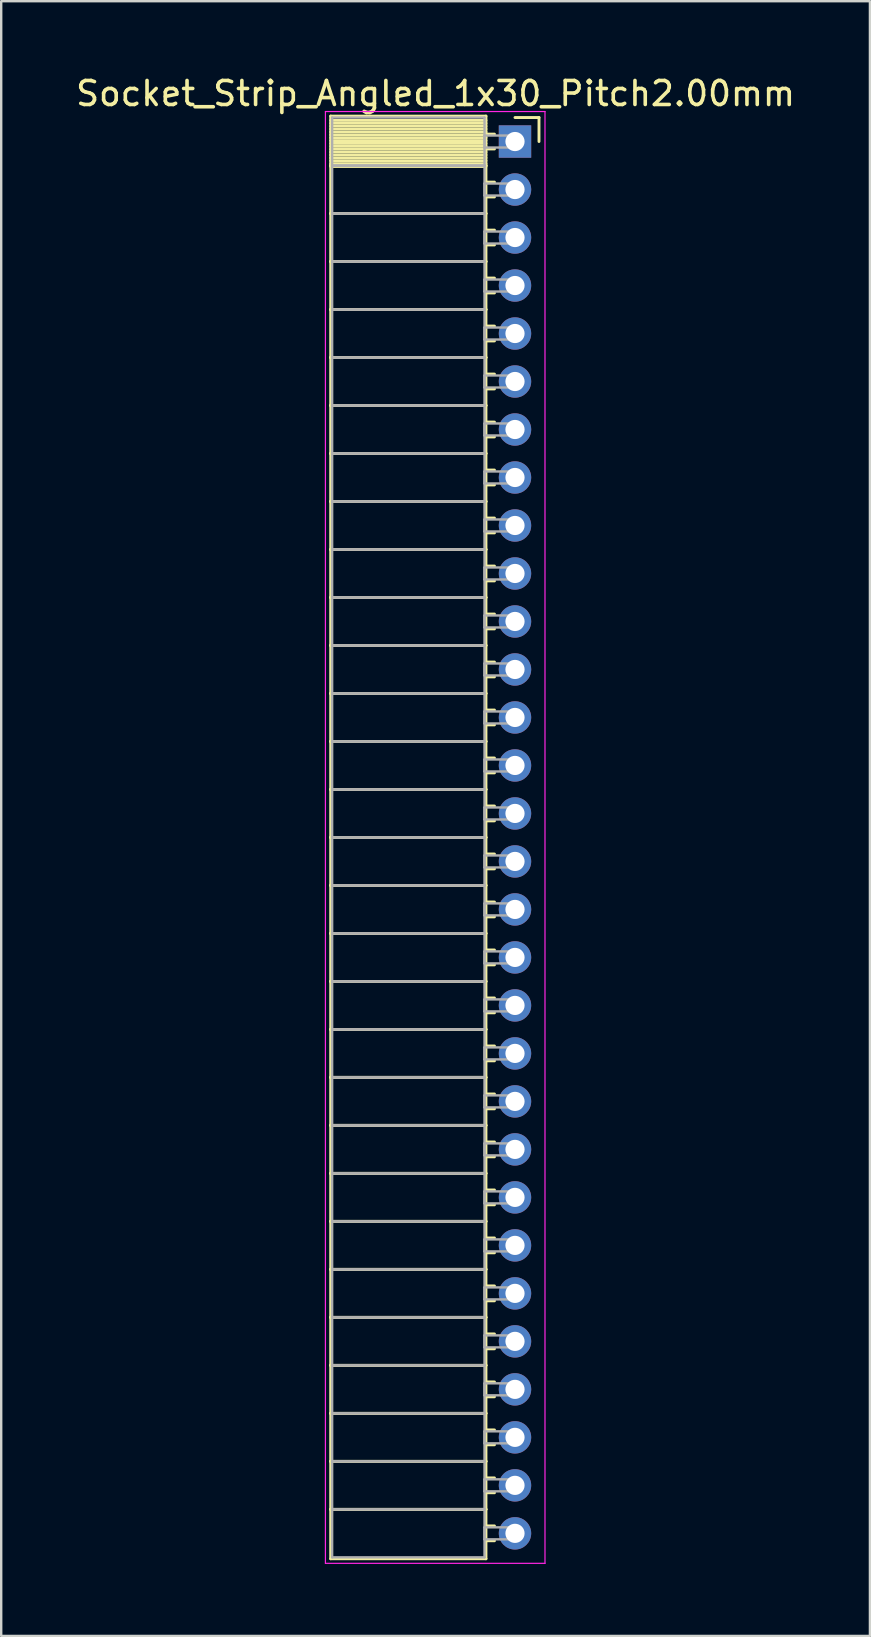
<source format=kicad_pcb>
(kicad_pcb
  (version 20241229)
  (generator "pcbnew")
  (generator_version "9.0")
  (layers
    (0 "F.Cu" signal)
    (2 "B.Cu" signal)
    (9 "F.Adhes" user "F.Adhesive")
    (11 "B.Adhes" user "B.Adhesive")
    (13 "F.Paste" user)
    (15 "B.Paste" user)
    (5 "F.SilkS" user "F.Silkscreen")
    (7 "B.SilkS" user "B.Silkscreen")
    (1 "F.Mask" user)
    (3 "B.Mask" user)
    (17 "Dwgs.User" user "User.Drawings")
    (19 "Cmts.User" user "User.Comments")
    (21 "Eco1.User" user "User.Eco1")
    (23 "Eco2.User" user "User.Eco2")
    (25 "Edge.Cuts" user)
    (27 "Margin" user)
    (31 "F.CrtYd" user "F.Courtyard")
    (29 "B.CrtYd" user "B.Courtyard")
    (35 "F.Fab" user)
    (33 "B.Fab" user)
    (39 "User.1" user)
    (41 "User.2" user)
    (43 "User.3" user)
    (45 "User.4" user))
  (footprint "Socket_Strip_Angled_1x30_Pitch2.00mm"
    (layer "F.Cu")
    (at 18.411 2.848)
    (property "Reference" "Socket_Strip_Angled_1x30_Pitch2.00mm" (at -3.31 -2 0) (layer "F.SilkS") (effects (font (size 1 1) (thickness 0.15))))
    (attr through_hole)
    (fp_line (start -7.68 -1.06) (end -1.21 -1.06) (stroke (width 0.12) (type solid)) (layer "F.SilkS"))
    (fp_line (start -7.68 1) (end -7.68 -1.06) (stroke (width 0.12) (type solid)) (layer "F.SilkS"))
    (fp_line (start -7.68 1) (end -1.21 1) (stroke (width 0.12) (type solid)) (layer "F.SilkS"))
    (fp_line (start -7.68 3) (end -7.68 1) (stroke (width 0.12) (type solid)) (layer "F.SilkS"))
    (fp_line (start -7.68 3) (end -1.21 3) (stroke (width 0.12) (type solid)) (layer "F.SilkS"))
    (fp_line (start -7.68 5) (end -7.68 3) (stroke (width 0.12) (type solid)) (layer "F.SilkS"))
    (fp_line (start -7.68 5) (end -1.21 5) (stroke (width 0.12) (type solid)) (layer "F.SilkS"))
    (fp_line (start -7.68 7) (end -7.68 5) (stroke (width 0.12) (type solid)) (layer "F.SilkS"))
    (fp_line (start -7.68 7) (end -1.21 7) (stroke (width 0.12) (type solid)) (layer "F.SilkS"))
    (fp_line (start -7.68 9) (end -7.68 7) (stroke (width 0.12) (type solid)) (layer "F.SilkS"))
    (fp_line (start -7.68 9) (end -1.21 9) (stroke (width 0.12) (type solid)) (layer "F.SilkS"))
    (fp_line (start -7.68 11) (end -7.68 9) (stroke (width 0.12) (type solid)) (layer "F.SilkS"))
    (fp_line (start -7.68 11) (end -1.21 11) (stroke (width 0.12) (type solid)) (layer "F.SilkS"))
    (fp_line (start -7.68 13) (end -7.68 11) (stroke (width 0.12) (type solid)) (layer "F.SilkS"))
    (fp_line (start -7.68 13) (end -1.21 13) (stroke (width 0.12) (type solid)) (layer "F.SilkS"))
    (fp_line (start -7.68 15) (end -7.68 13) (stroke (width 0.12) (type solid)) (layer "F.SilkS"))
    (fp_line (start -7.68 15) (end -1.21 15) (stroke (width 0.12) (type solid)) (layer "F.SilkS"))
    (fp_line (start -7.68 17) (end -7.68 15) (stroke (width 0.12) (type solid)) (layer "F.SilkS"))
    (fp_line (start -7.68 17) (end -1.21 17) (stroke (width 0.12) (type solid)) (layer "F.SilkS"))
    (fp_line (start -7.68 19) (end -7.68 17) (stroke (width 0.12) (type solid)) (layer "F.SilkS"))
    (fp_line (start -7.68 19) (end -1.21 19) (stroke (width 0.12) (type solid)) (layer "F.SilkS"))
    (fp_line (start -7.68 21) (end -7.68 19) (stroke (width 0.12) (type solid)) (layer "F.SilkS"))
    (fp_line (start -7.68 21) (end -1.21 21) (stroke (width 0.12) (type solid)) (layer "F.SilkS"))
    (fp_line (start -7.68 23) (end -7.68 21) (stroke (width 0.12) (type solid)) (layer "F.SilkS"))
    (fp_line (start -7.68 23) (end -1.21 23) (stroke (width 0.12) (type solid)) (layer "F.SilkS"))
    (fp_line (start -7.68 25) (end -7.68 23) (stroke (width 0.12) (type solid)) (layer "F.SilkS"))
    (fp_line (start -7.68 25) (end -1.21 25) (stroke (width 0.12) (type solid)) (layer "F.SilkS"))
    (fp_line (start -7.68 27) (end -7.68 25) (stroke (width 0.12) (type solid)) (layer "F.SilkS"))
    (fp_line (start -7.68 27) (end -1.21 27) (stroke (width 0.12) (type solid)) (layer "F.SilkS"))
    (fp_line (start -7.68 29) (end -7.68 27) (stroke (width 0.12) (type solid)) (layer "F.SilkS"))
    (fp_line (start -7.68 29) (end -1.21 29) (stroke (width 0.12) (type solid)) (layer "F.SilkS"))
    (fp_line (start -7.68 31) (end -7.68 29) (stroke (width 0.12) (type solid)) (layer "F.SilkS"))
    (fp_line (start -7.68 31) (end -1.21 31) (stroke (width 0.12) (type solid)) (layer "F.SilkS"))
    (fp_line (start -7.68 33) (end -7.68 31) (stroke (width 0.12) (type solid)) (layer "F.SilkS"))
    (fp_line (start -7.68 33) (end -1.21 33) (stroke (width 0.12) (type solid)) (layer "F.SilkS"))
    (fp_line (start -7.68 35) (end -7.68 33) (stroke (width 0.12) (type solid)) (layer "F.SilkS"))
    (fp_line (start -7.68 35) (end -1.21 35) (stroke (width 0.12) (type solid)) (layer "F.SilkS"))
    (fp_line (start -7.68 37) (end -7.68 35) (stroke (width 0.12) (type solid)) (layer "F.SilkS"))
    (fp_line (start -7.68 37) (end -1.21 37) (stroke (width 0.12) (type solid)) (layer "F.SilkS"))
    (fp_line (start -7.68 39) (end -7.68 37) (stroke (width 0.12) (type solid)) (layer "F.SilkS"))
    (fp_line (start -7.68 39) (end -1.21 39) (stroke (width 0.12) (type solid)) (layer "F.SilkS"))
    (fp_line (start -7.68 41) (end -7.68 39) (stroke (width 0.12) (type solid)) (layer "F.SilkS"))
    (fp_line (start -7.68 41) (end -1.21 41) (stroke (width 0.12) (type solid)) (layer "F.SilkS"))
    (fp_line (start -7.68 43) (end -7.68 41) (stroke (width 0.12) (type solid)) (layer "F.SilkS"))
    (fp_line (start -7.68 43) (end -1.21 43) (stroke (width 0.12) (type solid)) (layer "F.SilkS"))
    (fp_line (start -7.68 45) (end -7.68 43) (stroke (width 0.12) (type solid)) (layer "F.SilkS"))
    (fp_line (start -7.68 45) (end -1.21 45) (stroke (width 0.12) (type solid)) (layer "F.SilkS"))
    (fp_line (start -7.68 47) (end -7.68 45) (stroke (width 0.12) (type solid)) (layer "F.SilkS"))
    (fp_line (start -7.68 47) (end -1.21 47) (stroke (width 0.12) (type solid)) (layer "F.SilkS"))
    (fp_line (start -7.68 49) (end -7.68 47) (stroke (width 0.12) (type solid)) (layer "F.SilkS"))
    (fp_line (start -7.68 49) (end -1.21 49) (stroke (width 0.12) (type solid)) (layer "F.SilkS"))
    (fp_line (start -7.68 51) (end -7.68 49) (stroke (width 0.12) (type solid)) (layer "F.SilkS"))
    (fp_line (start -7.68 51) (end -1.21 51) (stroke (width 0.12) (type solid)) (layer "F.SilkS"))
    (fp_line (start -7.68 53) (end -7.68 51) (stroke (width 0.12) (type solid)) (layer "F.SilkS"))
    (fp_line (start -7.68 53) (end -1.21 53) (stroke (width 0.12) (type solid)) (layer "F.SilkS"))
    (fp_line (start -7.68 55) (end -7.68 53) (stroke (width 0.12) (type solid)) (layer "F.SilkS"))
    (fp_line (start -7.68 55) (end -1.21 55) (stroke (width 0.12) (type solid)) (layer "F.SilkS"))
    (fp_line (start -7.68 57) (end -7.68 55) (stroke (width 0.12) (type solid)) (layer "F.SilkS"))
    (fp_line (start -7.68 57) (end -1.21 57) (stroke (width 0.12) (type solid)) (layer "F.SilkS"))
    (fp_line (start -7.68 59.06) (end -7.68 57) (stroke (width 0.12) (type solid)) (layer "F.SilkS"))
    (fp_line (start -1.21 -1.06) (end -1.21 1) (stroke (width 0.12) (type solid)) (layer "F.SilkS"))
    (fp_line (start -1.21 -0.88) (end -7.68 -0.88) (stroke (width 0.12) (type solid)) (layer "F.SilkS"))
    (fp_line (start -1.21 -0.76) (end -7.68 -0.76) (stroke (width 0.12) (type solid)) (layer "F.SilkS"))
    (fp_line (start -1.21 -0.64) (end -7.68 -0.64) (stroke (width 0.12) (type solid)) (layer "F.SilkS"))
    (fp_line (start -1.21 -0.52) (end -7.68 -0.52) (stroke (width 0.12) (type solid)) (layer "F.SilkS"))
    (fp_line (start -1.21 -0.4) (end -7.68 -0.4) (stroke (width 0.12) (type solid)) (layer "F.SilkS"))
    (fp_line (start -1.21 -0.28) (end -7.68 -0.28) (stroke (width 0.12) (type solid)) (layer "F.SilkS"))
    (fp_line (start -1.21 -0.16) (end -7.68 -0.16) (stroke (width 0.12) (type solid)) (layer "F.SilkS"))
    (fp_line (start -1.21 -0.04) (end -7.68 -0.04) (stroke (width 0.12) (type solid)) (layer "F.SilkS"))
    (fp_line (start -1.21 0.08) (end -7.68 0.08) (stroke (width 0.12) (type solid)) (layer "F.SilkS"))
    (fp_line (start -1.21 0.2) (end -7.68 0.2) (stroke (width 0.12) (type solid)) (layer "F.SilkS"))
    (fp_line (start -1.21 0.32) (end -7.68 0.32) (stroke (width 0.12) (type solid)) (layer "F.SilkS"))
    (fp_line (start -1.21 0.44) (end -7.68 0.44) (stroke (width 0.12) (type solid)) (layer "F.SilkS"))
    (fp_line (start -1.21 0.56) (end -7.68 0.56) (stroke (width 0.12) (type solid)) (layer "F.SilkS"))
    (fp_line (start -1.21 0.68) (end -7.68 0.68) (stroke (width 0.12) (type solid)) (layer "F.SilkS"))
    (fp_line (start -1.21 0.8) (end -7.68 0.8) (stroke (width 0.12) (type solid)) (layer "F.SilkS"))
    (fp_line (start -1.21 0.92) (end -7.68 0.92) (stroke (width 0.12) (type solid)) (layer "F.SilkS"))
    (fp_line (start -1.21 1) (end -7.68 1) (stroke (width 0.12) (type solid)) (layer "F.SilkS"))
    (fp_line (start -1.21 1) (end -1.21 3) (stroke (width 0.12) (type solid)) (layer "F.SilkS"))
    (fp_line (start -1.21 1.04) (end -7.68 1.04) (stroke (width 0.12) (type solid)) (layer "F.SilkS"))
    (fp_line (start -1.21 3) (end -7.68 3) (stroke (width 0.12) (type solid)) (layer "F.SilkS"))
    (fp_line (start -1.21 3) (end -1.21 5) (stroke (width 0.12) (type solid)) (layer "F.SilkS"))
    (fp_line (start -1.21 5) (end -7.68 5) (stroke (width 0.12) (type solid)) (layer "F.SilkS"))
    (fp_line (start -1.21 5) (end -1.21 7) (stroke (width 0.12) (type solid)) (layer "F.SilkS"))
    (fp_line (start -1.21 7) (end -7.68 7) (stroke (width 0.12) (type solid)) (layer "F.SilkS"))
    (fp_line (start -1.21 7) (end -1.21 9) (stroke (width 0.12) (type solid)) (layer "F.SilkS"))
    (fp_line (start -1.21 9) (end -7.68 9) (stroke (width 0.12) (type solid)) (layer "F.SilkS"))
    (fp_line (start -1.21 9) (end -1.21 11) (stroke (width 0.12) (type solid)) (layer "F.SilkS"))
    (fp_line (start -1.21 11) (end -7.68 11) (stroke (width 0.12) (type solid)) (layer "F.SilkS"))
    (fp_line (start -1.21 11) (end -1.21 13) (stroke (width 0.12) (type solid)) (layer "F.SilkS"))
    (fp_line (start -1.21 13) (end -7.68 13) (stroke (width 0.12) (type solid)) (layer "F.SilkS"))
    (fp_line (start -1.21 13) (end -1.21 15) (stroke (width 0.12) (type solid)) (layer "F.SilkS"))
    (fp_line (start -1.21 15) (end -7.68 15) (stroke (width 0.12) (type solid)) (layer "F.SilkS"))
    (fp_line (start -1.21 15) (end -1.21 17) (stroke (width 0.12) (type solid)) (layer "F.SilkS"))
    (fp_line (start -1.21 17) (end -7.68 17) (stroke (width 0.12) (type solid)) (layer "F.SilkS"))
    (fp_line (start -1.21 17) (end -1.21 19) (stroke (width 0.12) (type solid)) (layer "F.SilkS"))
    (fp_line (start -1.21 19) (end -7.68 19) (stroke (width 0.12) (type solid)) (layer "F.SilkS"))
    (fp_line (start -1.21 19) (end -1.21 21) (stroke (width 0.12) (type solid)) (layer "F.SilkS"))
    (fp_line (start -1.21 21) (end -7.68 21) (stroke (width 0.12) (type solid)) (layer "F.SilkS"))
    (fp_line (start -1.21 21) (end -1.21 23) (stroke (width 0.12) (type solid)) (layer "F.SilkS"))
    (fp_line (start -1.21 23) (end -7.68 23) (stroke (width 0.12) (type solid)) (layer "F.SilkS"))
    (fp_line (start -1.21 23) (end -1.21 25) (stroke (width 0.12) (type solid)) (layer "F.SilkS"))
    (fp_line (start -1.21 25) (end -7.68 25) (stroke (width 0.12) (type solid)) (layer "F.SilkS"))
    (fp_line (start -1.21 25) (end -1.21 27) (stroke (width 0.12) (type solid)) (layer "F.SilkS"))
    (fp_line (start -1.21 27) (end -7.68 27) (stroke (width 0.12) (type solid)) (layer "F.SilkS"))
    (fp_line (start -1.21 27) (end -1.21 29) (stroke (width 0.12) (type solid)) (layer "F.SilkS"))
    (fp_line (start -1.21 29) (end -7.68 29) (stroke (width 0.12) (type solid)) (layer "F.SilkS"))
    (fp_line (start -1.21 29) (end -1.21 31) (stroke (width 0.12) (type solid)) (layer "F.SilkS"))
    (fp_line (start -1.21 31) (end -7.68 31) (stroke (width 0.12) (type solid)) (layer "F.SilkS"))
    (fp_line (start -1.21 31) (end -1.21 33) (stroke (width 0.12) (type solid)) (layer "F.SilkS"))
    (fp_line (start -1.21 33) (end -7.68 33) (stroke (width 0.12) (type solid)) (layer "F.SilkS"))
    (fp_line (start -1.21 33) (end -1.21 35) (stroke (width 0.12) (type solid)) (layer "F.SilkS"))
    (fp_line (start -1.21 35) (end -7.68 35) (stroke (width 0.12) (type solid)) (layer "F.SilkS"))
    (fp_line (start -1.21 35) (end -1.21 37) (stroke (width 0.12) (type solid)) (layer "F.SilkS"))
    (fp_line (start -1.21 37) (end -7.68 37) (stroke (width 0.12) (type solid)) (layer "F.SilkS"))
    (fp_line (start -1.21 37) (end -1.21 39) (stroke (width 0.12) (type solid)) (layer "F.SilkS"))
    (fp_line (start -1.21 39) (end -7.68 39) (stroke (width 0.12) (type solid)) (layer "F.SilkS"))
    (fp_line (start -1.21 39) (end -1.21 41) (stroke (width 0.12) (type solid)) (layer "F.SilkS"))
    (fp_line (start -1.21 41) (end -7.68 41) (stroke (width 0.12) (type solid)) (layer "F.SilkS"))
    (fp_line (start -1.21 41) (end -1.21 43) (stroke (width 0.12) (type solid)) (layer "F.SilkS"))
    (fp_line (start -1.21 43) (end -7.68 43) (stroke (width 0.12) (type solid)) (layer "F.SilkS"))
    (fp_line (start -1.21 43) (end -1.21 45) (stroke (width 0.12) (type solid)) (layer "F.SilkS"))
    (fp_line (start -1.21 45) (end -7.68 45) (stroke (width 0.12) (type solid)) (layer "F.SilkS"))
    (fp_line (start -1.21 45) (end -1.21 47) (stroke (width 0.12) (type solid)) (layer "F.SilkS"))
    (fp_line (start -1.21 47) (end -7.68 47) (stroke (width 0.12) (type solid)) (layer "F.SilkS"))
    (fp_line (start -1.21 47) (end -1.21 49) (stroke (width 0.12) (type solid)) (layer "F.SilkS"))
    (fp_line (start -1.21 49) (end -7.68 49) (stroke (width 0.12) (type solid)) (layer "F.SilkS"))
    (fp_line (start -1.21 49) (end -1.21 51) (stroke (width 0.12) (type solid)) (layer "F.SilkS"))
    (fp_line (start -1.21 51) (end -7.68 51) (stroke (width 0.12) (type solid)) (layer "F.SilkS"))
    (fp_line (start -1.21 51) (end -1.21 53) (stroke (width 0.12) (type solid)) (layer "F.SilkS"))
    (fp_line (start -1.21 53) (end -7.68 53) (stroke (width 0.12) (type solid)) (layer "F.SilkS"))
    (fp_line (start -1.21 53) (end -1.21 55) (stroke (width 0.12) (type solid)) (layer "F.SilkS"))
    (fp_line (start -1.21 55) (end -7.68 55) (stroke (width 0.12) (type solid)) (layer "F.SilkS"))
    (fp_line (start -1.21 55) (end -1.21 57) (stroke (width 0.12) (type solid)) (layer "F.SilkS"))
    (fp_line (start -1.21 57) (end -7.68 57) (stroke (width 0.12) (type solid)) (layer "F.SilkS"))
    (fp_line (start -1.21 57) (end -1.21 59.06) (stroke (width 0.12) (type solid)) (layer "F.SilkS"))
    (fp_line (start -1.21 59.06) (end -7.68 59.06) (stroke (width 0.12) (type solid)) (layer "F.SilkS"))
    (fp_line (start -0.855 -0.31) (end -1.21 -0.31) (stroke (width 0.12) (type solid)) (layer "F.SilkS"))
    (fp_line (start -0.855 0.31) (end -1.21 0.31) (stroke (width 0.12) (type solid)) (layer "F.SilkS"))
    (fp_line (start -0.855 1.69) (end -1.21 1.69) (stroke (width 0.12) (type solid)) (layer "F.SilkS"))
    (fp_line (start -0.855 2.31) (end -1.21 2.31) (stroke (width 0.12) (type solid)) (layer "F.SilkS"))
    (fp_line (start -0.855 3.69) (end -1.21 3.69) (stroke (width 0.12) (type solid)) (layer "F.SilkS"))
    (fp_line (start -0.855 4.31) (end -1.21 4.31) (stroke (width 0.12) (type solid)) (layer "F.SilkS"))
    (fp_line (start -0.855 5.69) (end -1.21 5.69) (stroke (width 0.12) (type solid)) (layer "F.SilkS"))
    (fp_line (start -0.855 6.31) (end -1.21 6.31) (stroke (width 0.12) (type solid)) (layer "F.SilkS"))
    (fp_line (start -0.855 7.69) (end -1.21 7.69) (stroke (width 0.12) (type solid)) (layer "F.SilkS"))
    (fp_line (start -0.855 8.31) (end -1.21 8.31) (stroke (width 0.12) (type solid)) (layer "F.SilkS"))
    (fp_line (start -0.855 9.69) (end -1.21 9.69) (stroke (width 0.12) (type solid)) (layer "F.SilkS"))
    (fp_line (start -0.855 10.31) (end -1.21 10.31) (stroke (width 0.12) (type solid)) (layer "F.SilkS"))
    (fp_line (start -0.855 11.69) (end -1.21 11.69) (stroke (width 0.12) (type solid)) (layer "F.SilkS"))
    (fp_line (start -0.855 12.31) (end -1.21 12.31) (stroke (width 0.12) (type solid)) (layer "F.SilkS"))
    (fp_line (start -0.855 13.69) (end -1.21 13.69) (stroke (width 0.12) (type solid)) (layer "F.SilkS"))
    (fp_line (start -0.855 14.31) (end -1.21 14.31) (stroke (width 0.12) (type solid)) (layer "F.SilkS"))
    (fp_line (start -0.855 15.69) (end -1.21 15.69) (stroke (width 0.12) (type solid)) (layer "F.SilkS"))
    (fp_line (start -0.855 16.31) (end -1.21 16.31) (stroke (width 0.12) (type solid)) (layer "F.SilkS"))
    (fp_line (start -0.855 17.69) (end -1.21 17.69) (stroke (width 0.12) (type solid)) (layer "F.SilkS"))
    (fp_line (start -0.855 18.31) (end -1.21 18.31) (stroke (width 0.12) (type solid)) (layer "F.SilkS"))
    (fp_line (start -0.855 19.69) (end -1.21 19.69) (stroke (width 0.12) (type solid)) (layer "F.SilkS"))
    (fp_line (start -0.855 20.31) (end -1.21 20.31) (stroke (width 0.12) (type solid)) (layer "F.SilkS"))
    (fp_line (start -0.855 21.69) (end -1.21 21.69) (stroke (width 0.12) (type solid)) (layer "F.SilkS"))
    (fp_line (start -0.855 22.31) (end -1.21 22.31) (stroke (width 0.12) (type solid)) (layer "F.SilkS"))
    (fp_line (start -0.855 23.69) (end -1.21 23.69) (stroke (width 0.12) (type solid)) (layer "F.SilkS"))
    (fp_line (start -0.855 24.31) (end -1.21 24.31) (stroke (width 0.12) (type solid)) (layer "F.SilkS"))
    (fp_line (start -0.855 25.69) (end -1.21 25.69) (stroke (width 0.12) (type solid)) (layer "F.SilkS"))
    (fp_line (start -0.855 26.31) (end -1.21 26.31) (stroke (width 0.12) (type solid)) (layer "F.SilkS"))
    (fp_line (start -0.855 27.69) (end -1.21 27.69) (stroke (width 0.12) (type solid)) (layer "F.SilkS"))
    (fp_line (start -0.855 28.31) (end -1.21 28.31) (stroke (width 0.12) (type solid)) (layer "F.SilkS"))
    (fp_line (start -0.855 29.69) (end -1.21 29.69) (stroke (width 0.12) (type solid)) (layer "F.SilkS"))
    (fp_line (start -0.855 30.31) (end -1.21 30.31) (stroke (width 0.12) (type solid)) (layer "F.SilkS"))
    (fp_line (start -0.855 31.69) (end -1.21 31.69) (stroke (width 0.12) (type solid)) (layer "F.SilkS"))
    (fp_line (start -0.855 32.31) (end -1.21 32.31) (stroke (width 0.12) (type solid)) (layer "F.SilkS"))
    (fp_line (start -0.855 33.69) (end -1.21 33.69) (stroke (width 0.12) (type solid)) (layer "F.SilkS"))
    (fp_line (start -0.855 34.31) (end -1.21 34.31) (stroke (width 0.12) (type solid)) (layer "F.SilkS"))
    (fp_line (start -0.855 35.69) (end -1.21 35.69) (stroke (width 0.12) (type solid)) (layer "F.SilkS"))
    (fp_line (start -0.855 36.31) (end -1.21 36.31) (stroke (width 0.12) (type solid)) (layer "F.SilkS"))
    (fp_line (start -0.855 37.69) (end -1.21 37.69) (stroke (width 0.12) (type solid)) (layer "F.SilkS"))
    (fp_line (start -0.855 38.31) (end -1.21 38.31) (stroke (width 0.12) (type solid)) (layer "F.SilkS"))
    (fp_line (start -0.855 39.69) (end -1.21 39.69) (stroke (width 0.12) (type solid)) (layer "F.SilkS"))
    (fp_line (start -0.855 40.31) (end -1.21 40.31) (stroke (width 0.12) (type solid)) (layer "F.SilkS"))
    (fp_line (start -0.855 41.69) (end -1.21 41.69) (stroke (width 0.12) (type solid)) (layer "F.SilkS"))
    (fp_line (start -0.855 42.31) (end -1.21 42.31) (stroke (width 0.12) (type solid)) (layer "F.SilkS"))
    (fp_line (start -0.855 43.69) (end -1.21 43.69) (stroke (width 0.12) (type solid)) (layer "F.SilkS"))
    (fp_line (start -0.855 44.31) (end -1.21 44.31) (stroke (width 0.12) (type solid)) (layer "F.SilkS"))
    (fp_line (start -0.855 45.69) (end -1.21 45.69) (stroke (width 0.12) (type solid)) (layer "F.SilkS"))
    (fp_line (start -0.855 46.31) (end -1.21 46.31) (stroke (width 0.12) (type solid)) (layer "F.SilkS"))
    (fp_line (start -0.855 47.69) (end -1.21 47.69) (stroke (width 0.12) (type solid)) (layer "F.SilkS"))
    (fp_line (start -0.855 48.31) (end -1.21 48.31) (stroke (width 0.12) (type solid)) (layer "F.SilkS"))
    (fp_line (start -0.855 49.69) (end -1.21 49.69) (stroke (width 0.12) (type solid)) (layer "F.SilkS"))
    (fp_line (start -0.855 50.31) (end -1.21 50.31) (stroke (width 0.12) (type solid)) (layer "F.SilkS"))
    (fp_line (start -0.855 51.69) (end -1.21 51.69) (stroke (width 0.12) (type solid)) (layer "F.SilkS"))
    (fp_line (start -0.855 52.31) (end -1.21 52.31) (stroke (width 0.12) (type solid)) (layer "F.SilkS"))
    (fp_line (start -0.855 53.69) (end -1.21 53.69) (stroke (width 0.12) (type solid)) (layer "F.SilkS"))
    (fp_line (start -0.855 54.31) (end -1.21 54.31) (stroke (width 0.12) (type solid)) (layer "F.SilkS"))
    (fp_line (start -0.855 55.69) (end -1.21 55.69) (stroke (width 0.12) (type solid)) (layer "F.SilkS"))
    (fp_line (start -0.855 56.31) (end -1.21 56.31) (stroke (width 0.12) (type solid)) (layer "F.SilkS"))
    (fp_line (start -0.855 57.69) (end -1.21 57.69) (stroke (width 0.12) (type solid)) (layer "F.SilkS"))
    (fp_line (start -0.855 58.31) (end -1.21 58.31) (stroke (width 0.12) (type solid)) (layer "F.SilkS"))
    (fp_line (start 0 -1) (end 1 -1) (stroke (width 0.12) (type solid)) (layer "F.SilkS"))
    (fp_line (start 1 -1) (end 1 0) (stroke (width 0.12) (type solid)) (layer "F.SilkS"))
    (fp_line (start -7.9 -1.25) (end 1.25 -1.25) (stroke (width 0.05) (type solid)) (layer "F.CrtYd"))
    (fp_line (start -7.9 59.25) (end -7.9 -1.25) (stroke (width 0.05) (type solid)) (layer "F.CrtYd"))
    (fp_line (start 1.25 -1.25) (end 1.25 59.25) (stroke (width 0.05) (type solid)) (layer "F.CrtYd"))
    (fp_line (start 1.25 59.25) (end -7.9 59.25) (stroke (width 0.05) (type solid)) (layer "F.CrtYd"))
    (fp_line (start -7.62 -1) (end -1.27 -1) (stroke (width 0.1) (type solid)) (layer "F.Fab"))
    (fp_line (start -7.62 1) (end -7.62 -1) (stroke (width 0.1) (type solid)) (layer "F.Fab"))
    (fp_line (start -7.62 1) (end -1.27 1) (stroke (width 0.1) (type solid)) (layer "F.Fab"))
    (fp_line (start -7.62 3) (end -7.62 1) (stroke (width 0.1) (type solid)) (layer "F.Fab"))
    (fp_line (start -7.62 3) (end -1.27 3) (stroke (width 0.1) (type solid)) (layer "F.Fab"))
    (fp_line (start -7.62 5) (end -7.62 3) (stroke (width 0.1) (type solid)) (layer "F.Fab"))
    (fp_line (start -7.62 5) (end -1.27 5) (stroke (width 0.1) (type solid)) (layer "F.Fab"))
    (fp_line (start -7.62 7) (end -7.62 5) (stroke (width 0.1) (type solid)) (layer "F.Fab"))
    (fp_line (start -7.62 7) (end -1.27 7) (stroke (width 0.1) (type solid)) (layer "F.Fab"))
    (fp_line (start -7.62 9) (end -7.62 7) (stroke (width 0.1) (type solid)) (layer "F.Fab"))
    (fp_line (start -7.62 9) (end -1.27 9) (stroke (width 0.1) (type solid)) (layer "F.Fab"))
    (fp_line (start -7.62 11) (end -7.62 9) (stroke (width 0.1) (type solid)) (layer "F.Fab"))
    (fp_line (start -7.62 11) (end -1.27 11) (stroke (width 0.1) (type solid)) (layer "F.Fab"))
    (fp_line (start -7.62 13) (end -7.62 11) (stroke (width 0.1) (type solid)) (layer "F.Fab"))
    (fp_line (start -7.62 13) (end -1.27 13) (stroke (width 0.1) (type solid)) (layer "F.Fab"))
    (fp_line (start -7.62 15) (end -7.62 13) (stroke (width 0.1) (type solid)) (layer "F.Fab"))
    (fp_line (start -7.62 15) (end -1.27 15) (stroke (width 0.1) (type solid)) (layer "F.Fab"))
    (fp_line (start -7.62 17) (end -7.62 15) (stroke (width 0.1) (type solid)) (layer "F.Fab"))
    (fp_line (start -7.62 17) (end -1.27 17) (stroke (width 0.1) (type solid)) (layer "F.Fab"))
    (fp_line (start -7.62 19) (end -7.62 17) (stroke (width 0.1) (type solid)) (layer "F.Fab"))
    (fp_line (start -7.62 19) (end -1.27 19) (stroke (width 0.1) (type solid)) (layer "F.Fab"))
    (fp_line (start -7.62 21) (end -7.62 19) (stroke (width 0.1) (type solid)) (layer "F.Fab"))
    (fp_line (start -7.62 21) (end -1.27 21) (stroke (width 0.1) (type solid)) (layer "F.Fab"))
    (fp_line (start -7.62 23) (end -7.62 21) (stroke (width 0.1) (type solid)) (layer "F.Fab"))
    (fp_line (start -7.62 23) (end -1.27 23) (stroke (width 0.1) (type solid)) (layer "F.Fab"))
    (fp_line (start -7.62 25) (end -7.62 23) (stroke (width 0.1) (type solid)) (layer "F.Fab"))
    (fp_line (start -7.62 25) (end -1.27 25) (stroke (width 0.1) (type solid)) (layer "F.Fab"))
    (fp_line (start -7.62 27) (end -7.62 25) (stroke (width 0.1) (type solid)) (layer "F.Fab"))
    (fp_line (start -7.62 27) (end -1.27 27) (stroke (width 0.1) (type solid)) (layer "F.Fab"))
    (fp_line (start -7.62 29) (end -7.62 27) (stroke (width 0.1) (type solid)) (layer "F.Fab"))
    (fp_line (start -7.62 29) (end -1.27 29) (stroke (width 0.1) (type solid)) (layer "F.Fab"))
    (fp_line (start -7.62 31) (end -7.62 29) (stroke (width 0.1) (type solid)) (layer "F.Fab"))
    (fp_line (start -7.62 31) (end -1.27 31) (stroke (width 0.1) (type solid)) (layer "F.Fab"))
    (fp_line (start -7.62 33) (end -7.62 31) (stroke (width 0.1) (type solid)) (layer "F.Fab"))
    (fp_line (start -7.62 33) (end -1.27 33) (stroke (width 0.1) (type solid)) (layer "F.Fab"))
    (fp_line (start -7.62 35) (end -7.62 33) (stroke (width 0.1) (type solid)) (layer "F.Fab"))
    (fp_line (start -7.62 35) (end -1.27 35) (stroke (width 0.1) (type solid)) (layer "F.Fab"))
    (fp_line (start -7.62 37) (end -7.62 35) (stroke (width 0.1) (type solid)) (layer "F.Fab"))
    (fp_line (start -7.62 37) (end -1.27 37) (stroke (width 0.1) (type solid)) (layer "F.Fab"))
    (fp_line (start -7.62 39) (end -7.62 37) (stroke (width 0.1) (type solid)) (layer "F.Fab"))
    (fp_line (start -7.62 39) (end -1.27 39) (stroke (width 0.1) (type solid)) (layer "F.Fab"))
    (fp_line (start -7.62 41) (end -7.62 39) (stroke (width 0.1) (type solid)) (layer "F.Fab"))
    (fp_line (start -7.62 41) (end -1.27 41) (stroke (width 0.1) (type solid)) (layer "F.Fab"))
    (fp_line (start -7.62 43) (end -7.62 41) (stroke (width 0.1) (type solid)) (layer "F.Fab"))
    (fp_line (start -7.62 43) (end -1.27 43) (stroke (width 0.1) (type solid)) (layer "F.Fab"))
    (fp_line (start -7.62 45) (end -7.62 43) (stroke (width 0.1) (type solid)) (layer "F.Fab"))
    (fp_line (start -7.62 45) (end -1.27 45) (stroke (width 0.1) (type solid)) (layer "F.Fab"))
    (fp_line (start -7.62 47) (end -7.62 45) (stroke (width 0.1) (type solid)) (layer "F.Fab"))
    (fp_line (start -7.62 47) (end -1.27 47) (stroke (width 0.1) (type solid)) (layer "F.Fab"))
    (fp_line (start -7.62 49) (end -7.62 47) (stroke (width 0.1) (type solid)) (layer "F.Fab"))
    (fp_line (start -7.62 49) (end -1.27 49) (stroke (width 0.1) (type solid)) (layer "F.Fab"))
    (fp_line (start -7.62 51) (end -7.62 49) (stroke (width 0.1) (type solid)) (layer "F.Fab"))
    (fp_line (start -7.62 51) (end -1.27 51) (stroke (width 0.1) (type solid)) (layer "F.Fab"))
    (fp_line (start -7.62 53) (end -7.62 51) (stroke (width 0.1) (type solid)) (layer "F.Fab"))
    (fp_line (start -7.62 53) (end -1.27 53) (stroke (width 0.1) (type solid)) (layer "F.Fab"))
    (fp_line (start -7.62 55) (end -7.62 53) (stroke (width 0.1) (type solid)) (layer "F.Fab"))
    (fp_line (start -7.62 55) (end -1.27 55) (stroke (width 0.1) (type solid)) (layer "F.Fab"))
    (fp_line (start -7.62 57) (end -7.62 55) (stroke (width 0.1) (type solid)) (layer "F.Fab"))
    (fp_line (start -7.62 57) (end -1.27 57) (stroke (width 0.1) (type solid)) (layer "F.Fab"))
    (fp_line (start -7.62 59) (end -7.62 57) (stroke (width 0.1) (type solid)) (layer "F.Fab"))
    (fp_line (start -1.27 -1) (end -1.27 1) (stroke (width 0.1) (type solid)) (layer "F.Fab"))
    (fp_line (start -1.27 -0.25) (end 0 -0.25) (stroke (width 0.1) (type solid)) (layer "F.Fab"))
    (fp_line (start -1.27 0.25) (end -1.27 -0.25) (stroke (width 0.1) (type solid)) (layer "F.Fab"))
    (fp_line (start -1.27 1) (end -7.62 1) (stroke (width 0.1) (type solid)) (layer "F.Fab"))
    (fp_line (start -1.27 1) (end -1.27 3) (stroke (width 0.1) (type solid)) (layer "F.Fab"))
    (fp_line (start -1.27 1.75) (end 0 1.75) (stroke (width 0.1) (type solid)) (layer "F.Fab"))
    (fp_line (start -1.27 2.25) (end -1.27 1.75) (stroke (width 0.1) (type solid)) (layer "F.Fab"))
    (fp_line (start -1.27 3) (end -7.62 3) (stroke (width 0.1) (type solid)) (layer "F.Fab"))
    (fp_line (start -1.27 3) (end -1.27 5) (stroke (width 0.1) (type solid)) (layer "F.Fab"))
    (fp_line (start -1.27 3.75) (end 0 3.75) (stroke (width 0.1) (type solid)) (layer "F.Fab"))
    (fp_line (start -1.27 4.25) (end -1.27 3.75) (stroke (width 0.1) (type solid)) (layer "F.Fab"))
    (fp_line (start -1.27 5) (end -7.62 5) (stroke (width 0.1) (type solid)) (layer "F.Fab"))
    (fp_line (start -1.27 5) (end -1.27 7) (stroke (width 0.1) (type solid)) (layer "F.Fab"))
    (fp_line (start -1.27 5.75) (end 0 5.75) (stroke (width 0.1) (type solid)) (layer "F.Fab"))
    (fp_line (start -1.27 6.25) (end -1.27 5.75) (stroke (width 0.1) (type solid)) (layer "F.Fab"))
    (fp_line (start -1.27 7) (end -7.62 7) (stroke (width 0.1) (type solid)) (layer "F.Fab"))
    (fp_line (start -1.27 7) (end -1.27 9) (stroke (width 0.1) (type solid)) (layer "F.Fab"))
    (fp_line (start -1.27 7.75) (end 0 7.75) (stroke (width 0.1) (type solid)) (layer "F.Fab"))
    (fp_line (start -1.27 8.25) (end -1.27 7.75) (stroke (width 0.1) (type solid)) (layer "F.Fab"))
    (fp_line (start -1.27 9) (end -7.62 9) (stroke (width 0.1) (type solid)) (layer "F.Fab"))
    (fp_line (start -1.27 9) (end -1.27 11) (stroke (width 0.1) (type solid)) (layer "F.Fab"))
    (fp_line (start -1.27 9.75) (end 0 9.75) (stroke (width 0.1) (type solid)) (layer "F.Fab"))
    (fp_line (start -1.27 10.25) (end -1.27 9.75) (stroke (width 0.1) (type solid)) (layer "F.Fab"))
    (fp_line (start -1.27 11) (end -7.62 11) (stroke (width 0.1) (type solid)) (layer "F.Fab"))
    (fp_line (start -1.27 11) (end -1.27 13) (stroke (width 0.1) (type solid)) (layer "F.Fab"))
    (fp_line (start -1.27 11.75) (end 0 11.75) (stroke (width 0.1) (type solid)) (layer "F.Fab"))
    (fp_line (start -1.27 12.25) (end -1.27 11.75) (stroke (width 0.1) (type solid)) (layer "F.Fab"))
    (fp_line (start -1.27 13) (end -7.62 13) (stroke (width 0.1) (type solid)) (layer "F.Fab"))
    (fp_line (start -1.27 13) (end -1.27 15) (stroke (width 0.1) (type solid)) (layer "F.Fab"))
    (fp_line (start -1.27 13.75) (end 0 13.75) (stroke (width 0.1) (type solid)) (layer "F.Fab"))
    (fp_line (start -1.27 14.25) (end -1.27 13.75) (stroke (width 0.1) (type solid)) (layer "F.Fab"))
    (fp_line (start -1.27 15) (end -7.62 15) (stroke (width 0.1) (type solid)) (layer "F.Fab"))
    (fp_line (start -1.27 15) (end -1.27 17) (stroke (width 0.1) (type solid)) (layer "F.Fab"))
    (fp_line (start -1.27 15.75) (end 0 15.75) (stroke (width 0.1) (type solid)) (layer "F.Fab"))
    (fp_line (start -1.27 16.25) (end -1.27 15.75) (stroke (width 0.1) (type solid)) (layer "F.Fab"))
    (fp_line (start -1.27 17) (end -7.62 17) (stroke (width 0.1) (type solid)) (layer "F.Fab"))
    (fp_line (start -1.27 17) (end -1.27 19) (stroke (width 0.1) (type solid)) (layer "F.Fab"))
    (fp_line (start -1.27 17.75) (end 0 17.75) (stroke (width 0.1) (type solid)) (layer "F.Fab"))
    (fp_line (start -1.27 18.25) (end -1.27 17.75) (stroke (width 0.1) (type solid)) (layer "F.Fab"))
    (fp_line (start -1.27 19) (end -7.62 19) (stroke (width 0.1) (type solid)) (layer "F.Fab"))
    (fp_line (start -1.27 19) (end -1.27 21) (stroke (width 0.1) (type solid)) (layer "F.Fab"))
    (fp_line (start -1.27 19.75) (end 0 19.75) (stroke (width 0.1) (type solid)) (layer "F.Fab"))
    (fp_line (start -1.27 20.25) (end -1.27 19.75) (stroke (width 0.1) (type solid)) (layer "F.Fab"))
    (fp_line (start -1.27 21) (end -7.62 21) (stroke (width 0.1) (type solid)) (layer "F.Fab"))
    (fp_line (start -1.27 21) (end -1.27 23) (stroke (width 0.1) (type solid)) (layer "F.Fab"))
    (fp_line (start -1.27 21.75) (end 0 21.75) (stroke (width 0.1) (type solid)) (layer "F.Fab"))
    (fp_line (start -1.27 22.25) (end -1.27 21.75) (stroke (width 0.1) (type solid)) (layer "F.Fab"))
    (fp_line (start -1.27 23) (end -7.62 23) (stroke (width 0.1) (type solid)) (layer "F.Fab"))
    (fp_line (start -1.27 23) (end -1.27 25) (stroke (width 0.1) (type solid)) (layer "F.Fab"))
    (fp_line (start -1.27 23.75) (end 0 23.75) (stroke (width 0.1) (type solid)) (layer "F.Fab"))
    (fp_line (start -1.27 24.25) (end -1.27 23.75) (stroke (width 0.1) (type solid)) (layer "F.Fab"))
    (fp_line (start -1.27 25) (end -7.62 25) (stroke (width 0.1) (type solid)) (layer "F.Fab"))
    (fp_line (start -1.27 25) (end -1.27 27) (stroke (width 0.1) (type solid)) (layer "F.Fab"))
    (fp_line (start -1.27 25.75) (end 0 25.75) (stroke (width 0.1) (type solid)) (layer "F.Fab"))
    (fp_line (start -1.27 26.25) (end -1.27 25.75) (stroke (width 0.1) (type solid)) (layer "F.Fab"))
    (fp_line (start -1.27 27) (end -7.62 27) (stroke (width 0.1) (type solid)) (layer "F.Fab"))
    (fp_line (start -1.27 27) (end -1.27 29) (stroke (width 0.1) (type solid)) (layer "F.Fab"))
    (fp_line (start -1.27 27.75) (end 0 27.75) (stroke (width 0.1) (type solid)) (layer "F.Fab"))
    (fp_line (start -1.27 28.25) (end -1.27 27.75) (stroke (width 0.1) (type solid)) (layer "F.Fab"))
    (fp_line (start -1.27 29) (end -7.62 29) (stroke (width 0.1) (type solid)) (layer "F.Fab"))
    (fp_line (start -1.27 29) (end -1.27 31) (stroke (width 0.1) (type solid)) (layer "F.Fab"))
    (fp_line (start -1.27 29.75) (end 0 29.75) (stroke (width 0.1) (type solid)) (layer "F.Fab"))
    (fp_line (start -1.27 30.25) (end -1.27 29.75) (stroke (width 0.1) (type solid)) (layer "F.Fab"))
    (fp_line (start -1.27 31) (end -7.62 31) (stroke (width 0.1) (type solid)) (layer "F.Fab"))
    (fp_line (start -1.27 31) (end -1.27 33) (stroke (width 0.1) (type solid)) (layer "F.Fab"))
    (fp_line (start -1.27 31.75) (end 0 31.75) (stroke (width 0.1) (type solid)) (layer "F.Fab"))
    (fp_line (start -1.27 32.25) (end -1.27 31.75) (stroke (width 0.1) (type solid)) (layer "F.Fab"))
    (fp_line (start -1.27 33) (end -7.62 33) (stroke (width 0.1) (type solid)) (layer "F.Fab"))
    (fp_line (start -1.27 33) (end -1.27 35) (stroke (width 0.1) (type solid)) (layer "F.Fab"))
    (fp_line (start -1.27 33.75) (end 0 33.75) (stroke (width 0.1) (type solid)) (layer "F.Fab"))
    (fp_line (start -1.27 34.25) (end -1.27 33.75) (stroke (width 0.1) (type solid)) (layer "F.Fab"))
    (fp_line (start -1.27 35) (end -7.62 35) (stroke (width 0.1) (type solid)) (layer "F.Fab"))
    (fp_line (start -1.27 35) (end -1.27 37) (stroke (width 0.1) (type solid)) (layer "F.Fab"))
    (fp_line (start -1.27 35.75) (end 0 35.75) (stroke (width 0.1) (type solid)) (layer "F.Fab"))
    (fp_line (start -1.27 36.25) (end -1.27 35.75) (stroke (width 0.1) (type solid)) (layer "F.Fab"))
    (fp_line (start -1.27 37) (end -7.62 37) (stroke (width 0.1) (type solid)) (layer "F.Fab"))
    (fp_line (start -1.27 37) (end -1.27 39) (stroke (width 0.1) (type solid)) (layer "F.Fab"))
    (fp_line (start -1.27 37.75) (end 0 37.75) (stroke (width 0.1) (type solid)) (layer "F.Fab"))
    (fp_line (start -1.27 38.25) (end -1.27 37.75) (stroke (width 0.1) (type solid)) (layer "F.Fab"))
    (fp_line (start -1.27 39) (end -7.62 39) (stroke (width 0.1) (type solid)) (layer "F.Fab"))
    (fp_line (start -1.27 39) (end -1.27 41) (stroke (width 0.1) (type solid)) (layer "F.Fab"))
    (fp_line (start -1.27 39.75) (end 0 39.75) (stroke (width 0.1) (type solid)) (layer "F.Fab"))
    (fp_line (start -1.27 40.25) (end -1.27 39.75) (stroke (width 0.1) (type solid)) (layer "F.Fab"))
    (fp_line (start -1.27 41) (end -7.62 41) (stroke (width 0.1) (type solid)) (layer "F.Fab"))
    (fp_line (start -1.27 41) (end -1.27 43) (stroke (width 0.1) (type solid)) (layer "F.Fab"))
    (fp_line (start -1.27 41.75) (end 0 41.75) (stroke (width 0.1) (type solid)) (layer "F.Fab"))
    (fp_line (start -1.27 42.25) (end -1.27 41.75) (stroke (width 0.1) (type solid)) (layer "F.Fab"))
    (fp_line (start -1.27 43) (end -7.62 43) (stroke (width 0.1) (type solid)) (layer "F.Fab"))
    (fp_line (start -1.27 43) (end -1.27 45) (stroke (width 0.1) (type solid)) (layer "F.Fab"))
    (fp_line (start -1.27 43.75) (end 0 43.75) (stroke (width 0.1) (type solid)) (layer "F.Fab"))
    (fp_line (start -1.27 44.25) (end -1.27 43.75) (stroke (width 0.1) (type solid)) (layer "F.Fab"))
    (fp_line (start -1.27 45) (end -7.62 45) (stroke (width 0.1) (type solid)) (layer "F.Fab"))
    (fp_line (start -1.27 45) (end -1.27 47) (stroke (width 0.1) (type solid)) (layer "F.Fab"))
    (fp_line (start -1.27 45.75) (end 0 45.75) (stroke (width 0.1) (type solid)) (layer "F.Fab"))
    (fp_line (start -1.27 46.25) (end -1.27 45.75) (stroke (width 0.1) (type solid)) (layer "F.Fab"))
    (fp_line (start -1.27 47) (end -7.62 47) (stroke (width 0.1) (type solid)) (layer "F.Fab"))
    (fp_line (start -1.27 47) (end -1.27 49) (stroke (width 0.1) (type solid)) (layer "F.Fab"))
    (fp_line (start -1.27 47.75) (end 0 47.75) (stroke (width 0.1) (type solid)) (layer "F.Fab"))
    (fp_line (start -1.27 48.25) (end -1.27 47.75) (stroke (width 0.1) (type solid)) (layer "F.Fab"))
    (fp_line (start -1.27 49) (end -7.62 49) (stroke (width 0.1) (type solid)) (layer "F.Fab"))
    (fp_line (start -1.27 49) (end -1.27 51) (stroke (width 0.1) (type solid)) (layer "F.Fab"))
    (fp_line (start -1.27 49.75) (end 0 49.75) (stroke (width 0.1) (type solid)) (layer "F.Fab"))
    (fp_line (start -1.27 50.25) (end -1.27 49.75) (stroke (width 0.1) (type solid)) (layer "F.Fab"))
    (fp_line (start -1.27 51) (end -7.62 51) (stroke (width 0.1) (type solid)) (layer "F.Fab"))
    (fp_line (start -1.27 51) (end -1.27 53) (stroke (width 0.1) (type solid)) (layer "F.Fab"))
    (fp_line (start -1.27 51.75) (end 0 51.75) (stroke (width 0.1) (type solid)) (layer "F.Fab"))
    (fp_line (start -1.27 52.25) (end -1.27 51.75) (stroke (width 0.1) (type solid)) (layer "F.Fab"))
    (fp_line (start -1.27 53) (end -7.62 53) (stroke (width 0.1) (type solid)) (layer "F.Fab"))
    (fp_line (start -1.27 53) (end -1.27 55) (stroke (width 0.1) (type solid)) (layer "F.Fab"))
    (fp_line (start -1.27 53.75) (end 0 53.75) (stroke (width 0.1) (type solid)) (layer "F.Fab"))
    (fp_line (start -1.27 54.25) (end -1.27 53.75) (stroke (width 0.1) (type solid)) (layer "F.Fab"))
    (fp_line (start -1.27 55) (end -7.62 55) (stroke (width 0.1) (type solid)) (layer "F.Fab"))
    (fp_line (start -1.27 55) (end -1.27 57) (stroke (width 0.1) (type solid)) (layer "F.Fab"))
    (fp_line (start -1.27 55.75) (end 0 55.75) (stroke (width 0.1) (type solid)) (layer "F.Fab"))
    (fp_line (start -1.27 56.25) (end -1.27 55.75) (stroke (width 0.1) (type solid)) (layer "F.Fab"))
    (fp_line (start -1.27 57) (end -7.62 57) (stroke (width 0.1) (type solid)) (layer "F.Fab"))
    (fp_line (start -1.27 57) (end -1.27 59) (stroke (width 0.1) (type solid)) (layer "F.Fab"))
    (fp_line (start -1.27 57.75) (end 0 57.75) (stroke (width 0.1) (type solid)) (layer "F.Fab"))
    (fp_line (start -1.27 58.25) (end -1.27 57.75) (stroke (width 0.1) (type solid)) (layer "F.Fab"))
    (fp_line (start -1.27 59) (end -7.62 59) (stroke (width 0.1) (type solid)) (layer "F.Fab"))
    (fp_line (start 0 -0.25) (end 0 0.25) (stroke (width 0.1) (type solid)) (layer "F.Fab"))
    (fp_line (start 0 0.25) (end -1.27 0.25) (stroke (width 0.1) (type solid)) (layer "F.Fab"))
    (fp_line (start 0 1.75) (end 0 2.25) (stroke (width 0.1) (type solid)) (layer "F.Fab"))
    (fp_line (start 0 2.25) (end -1.27 2.25) (stroke (width 0.1) (type solid)) (layer "F.Fab"))
    (fp_line (start 0 3.75) (end 0 4.25) (stroke (width 0.1) (type solid)) (layer "F.Fab"))
    (fp_line (start 0 4.25) (end -1.27 4.25) (stroke (width 0.1) (type solid)) (layer "F.Fab"))
    (fp_line (start 0 5.75) (end 0 6.25) (stroke (width 0.1) (type solid)) (layer "F.Fab"))
    (fp_line (start 0 6.25) (end -1.27 6.25) (stroke (width 0.1) (type solid)) (layer "F.Fab"))
    (fp_line (start 0 7.75) (end 0 8.25) (stroke (width 0.1) (type solid)) (layer "F.Fab"))
    (fp_line (start 0 8.25) (end -1.27 8.25) (stroke (width 0.1) (type solid)) (layer "F.Fab"))
    (fp_line (start 0 9.75) (end 0 10.25) (stroke (width 0.1) (type solid)) (layer "F.Fab"))
    (fp_line (start 0 10.25) (end -1.27 10.25) (stroke (width 0.1) (type solid)) (layer "F.Fab"))
    (fp_line (start 0 11.75) (end 0 12.25) (stroke (width 0.1) (type solid)) (layer "F.Fab"))
    (fp_line (start 0 12.25) (end -1.27 12.25) (stroke (width 0.1) (type solid)) (layer "F.Fab"))
    (fp_line (start 0 13.75) (end 0 14.25) (stroke (width 0.1) (type solid)) (layer "F.Fab"))
    (fp_line (start 0 14.25) (end -1.27 14.25) (stroke (width 0.1) (type solid)) (layer "F.Fab"))
    (fp_line (start 0 15.75) (end 0 16.25) (stroke (width 0.1) (type solid)) (layer "F.Fab"))
    (fp_line (start 0 16.25) (end -1.27 16.25) (stroke (width 0.1) (type solid)) (layer "F.Fab"))
    (fp_line (start 0 17.75) (end 0 18.25) (stroke (width 0.1) (type solid)) (layer "F.Fab"))
    (fp_line (start 0 18.25) (end -1.27 18.25) (stroke (width 0.1) (type solid)) (layer "F.Fab"))
    (fp_line (start 0 19.75) (end 0 20.25) (stroke (width 0.1) (type solid)) (layer "F.Fab"))
    (fp_line (start 0 20.25) (end -1.27 20.25) (stroke (width 0.1) (type solid)) (layer "F.Fab"))
    (fp_line (start 0 21.75) (end 0 22.25) (stroke (width 0.1) (type solid)) (layer "F.Fab"))
    (fp_line (start 0 22.25) (end -1.27 22.25) (stroke (width 0.1) (type solid)) (layer "F.Fab"))
    (fp_line (start 0 23.75) (end 0 24.25) (stroke (width 0.1) (type solid)) (layer "F.Fab"))
    (fp_line (start 0 24.25) (end -1.27 24.25) (stroke (width 0.1) (type solid)) (layer "F.Fab"))
    (fp_line (start 0 25.75) (end 0 26.25) (stroke (width 0.1) (type solid)) (layer "F.Fab"))
    (fp_line (start 0 26.25) (end -1.27 26.25) (stroke (width 0.1) (type solid)) (layer "F.Fab"))
    (fp_line (start 0 27.75) (end 0 28.25) (stroke (width 0.1) (type solid)) (layer "F.Fab"))
    (fp_line (start 0 28.25) (end -1.27 28.25) (stroke (width 0.1) (type solid)) (layer "F.Fab"))
    (fp_line (start 0 29.75) (end 0 30.25) (stroke (width 0.1) (type solid)) (layer "F.Fab"))
    (fp_line (start 0 30.25) (end -1.27 30.25) (stroke (width 0.1) (type solid)) (layer "F.Fab"))
    (fp_line (start 0 31.75) (end 0 32.25) (stroke (width 0.1) (type solid)) (layer "F.Fab"))
    (fp_line (start 0 32.25) (end -1.27 32.25) (stroke (width 0.1) (type solid)) (layer "F.Fab"))
    (fp_line (start 0 33.75) (end 0 34.25) (stroke (width 0.1) (type solid)) (layer "F.Fab"))
    (fp_line (start 0 34.25) (end -1.27 34.25) (stroke (width 0.1) (type solid)) (layer "F.Fab"))
    (fp_line (start 0 35.75) (end 0 36.25) (stroke (width 0.1) (type solid)) (layer "F.Fab"))
    (fp_line (start 0 36.25) (end -1.27 36.25) (stroke (width 0.1) (type solid)) (layer "F.Fab"))
    (fp_line (start 0 37.75) (end 0 38.25) (stroke (width 0.1) (type solid)) (layer "F.Fab"))
    (fp_line (start 0 38.25) (end -1.27 38.25) (stroke (width 0.1) (type solid)) (layer "F.Fab"))
    (fp_line (start 0 39.75) (end 0 40.25) (stroke (width 0.1) (type solid)) (layer "F.Fab"))
    (fp_line (start 0 40.25) (end -1.27 40.25) (stroke (width 0.1) (type solid)) (layer "F.Fab"))
    (fp_line (start 0 41.75) (end 0 42.25) (stroke (width 0.1) (type solid)) (layer "F.Fab"))
    (fp_line (start 0 42.25) (end -1.27 42.25) (stroke (width 0.1) (type solid)) (layer "F.Fab"))
    (fp_line (start 0 43.75) (end 0 44.25) (stroke (width 0.1) (type solid)) (layer "F.Fab"))
    (fp_line (start 0 44.25) (end -1.27 44.25) (stroke (width 0.1) (type solid)) (layer "F.Fab"))
    (fp_line (start 0 45.75) (end 0 46.25) (stroke (width 0.1) (type solid)) (layer "F.Fab"))
    (fp_line (start 0 46.25) (end -1.27 46.25) (stroke (width 0.1) (type solid)) (layer "F.Fab"))
    (fp_line (start 0 47.75) (end 0 48.25) (stroke (width 0.1) (type solid)) (layer "F.Fab"))
    (fp_line (start 0 48.25) (end -1.27 48.25) (stroke (width 0.1) (type solid)) (layer "F.Fab"))
    (fp_line (start 0 49.75) (end 0 50.25) (stroke (width 0.1) (type solid)) (layer "F.Fab"))
    (fp_line (start 0 50.25) (end -1.27 50.25) (stroke (width 0.1) (type solid)) (layer "F.Fab"))
    (fp_line (start 0 51.75) (end 0 52.25) (stroke (width 0.1) (type solid)) (layer "F.Fab"))
    (fp_line (start 0 52.25) (end -1.27 52.25) (stroke (width 0.1) (type solid)) (layer "F.Fab"))
    (fp_line (start 0 53.75) (end 0 54.25) (stroke (width 0.1) (type solid)) (layer "F.Fab"))
    (fp_line (start 0 54.25) (end -1.27 54.25) (stroke (width 0.1) (type solid)) (layer "F.Fab"))
    (fp_line (start 0 55.75) (end 0 56.25) (stroke (width 0.1) (type solid)) (layer "F.Fab"))
    (fp_line (start 0 56.25) (end -1.27 56.25) (stroke (width 0.1) (type solid)) (layer "F.Fab"))
    (fp_line (start 0 57.75) (end 0 58.25) (stroke (width 0.1) (type solid)) (layer "F.Fab"))
    (fp_line (start 0 58.25) (end -1.27 58.25) (stroke (width 0.1) (type solid)) (layer "F.Fab"))
    (pad "1" thru_hole rect (at 0 0) (size 1.35 1.35) (drill 0.8) (layers "*.Cu" "*.Mask"))
    (pad "2" thru_hole oval (at 0 2) (size 1.35 1.35) (drill 0.8) (layers "*.Cu" "*.Mask"))
    (pad "3" thru_hole oval (at 0 4) (size 1.35 1.35) (drill 0.8) (layers "*.Cu" "*.Mask"))
    (pad "4" thru_hole oval (at 0 6) (size 1.35 1.35) (drill 0.8) (layers "*.Cu" "*.Mask"))
    (pad "5" thru_hole oval (at 0 8) (size 1.35 1.35) (drill 0.8) (layers "*.Cu" "*.Mask"))
    (pad "6" thru_hole oval (at 0 10) (size 1.35 1.35) (drill 0.8) (layers "*.Cu" "*.Mask"))
    (pad "7" thru_hole oval (at 0 12) (size 1.35 1.35) (drill 0.8) (layers "*.Cu" "*.Mask"))
    (pad "8" thru_hole oval (at 0 14) (size 1.35 1.35) (drill 0.8) (layers "*.Cu" "*.Mask"))
    (pad "9" thru_hole oval (at 0 16) (size 1.35 1.35) (drill 0.8) (layers "*.Cu" "*.Mask"))
    (pad "10" thru_hole oval (at 0 18) (size 1.35 1.35) (drill 0.8) (layers "*.Cu" "*.Mask"))
    (pad "11" thru_hole oval (at 0 20) (size 1.35 1.35) (drill 0.8) (layers "*.Cu" "*.Mask"))
    (pad "12" thru_hole oval (at 0 22) (size 1.35 1.35) (drill 0.8) (layers "*.Cu" "*.Mask"))
    (pad "13" thru_hole oval (at 0 24) (size 1.35 1.35) (drill 0.8) (layers "*.Cu" "*.Mask"))
    (pad "14" thru_hole oval (at 0 26) (size 1.35 1.35) (drill 0.8) (layers "*.Cu" "*.Mask"))
    (pad "15" thru_hole oval (at 0 28) (size 1.35 1.35) (drill 0.8) (layers "*.Cu" "*.Mask"))
    (pad "16" thru_hole oval (at 0 30) (size 1.35 1.35) (drill 0.8) (layers "*.Cu" "*.Mask"))
    (pad "17" thru_hole oval (at 0 32) (size 1.35 1.35) (drill 0.8) (layers "*.Cu" "*.Mask"))
    (pad "18" thru_hole oval (at 0 34) (size 1.35 1.35) (drill 0.8) (layers "*.Cu" "*.Mask"))
    (pad "19" thru_hole oval (at 0 36) (size 1.35 1.35) (drill 0.8) (layers "*.Cu" "*.Mask"))
    (pad "20" thru_hole oval (at 0 38) (size 1.35 1.35) (drill 0.8) (layers "*.Cu" "*.Mask"))
    (pad "21" thru_hole oval (at 0 40) (size 1.35 1.35) (drill 0.8) (layers "*.Cu" "*.Mask"))
    (pad "22" thru_hole oval (at 0 42) (size 1.35 1.35) (drill 0.8) (layers "*.Cu" "*.Mask"))
    (pad "23" thru_hole oval (at 0 44) (size 1.35 1.35) (drill 0.8) (layers "*.Cu" "*.Mask"))
    (pad "24" thru_hole oval (at 0 46) (size 1.35 1.35) (drill 0.8) (layers "*.Cu" "*.Mask"))
    (pad "25" thru_hole oval (at 0 48) (size 1.35 1.35) (drill 0.8) (layers "*.Cu" "*.Mask"))
    (pad "26" thru_hole oval (at 0 50) (size 1.35 1.35) (drill 0.8) (layers "*.Cu" "*.Mask"))
    (pad "27" thru_hole oval (at 0 52) (size 1.35 1.35) (drill 0.8) (layers "*.Cu" "*.Mask"))
    (pad "28" thru_hole oval (at 0 54) (size 1.35 1.35) (drill 0.8) (layers "*.Cu" "*.Mask"))
    (pad "29" thru_hole oval (at 0 56) (size 1.35 1.35) (drill 0.8) (layers "*.Cu" "*.Mask"))
    (pad "30" thru_hole oval (at 0 58) (size 1.35 1.35) (drill 0.8) (layers "*.Cu" "*.Mask")))
  (gr_rect
    (start -3 -3)
    (end 33.202 65.123)
    (stroke (width 0.1) (type default))
    (fill no)
    (layer "Edge.Cuts")))
</source>
